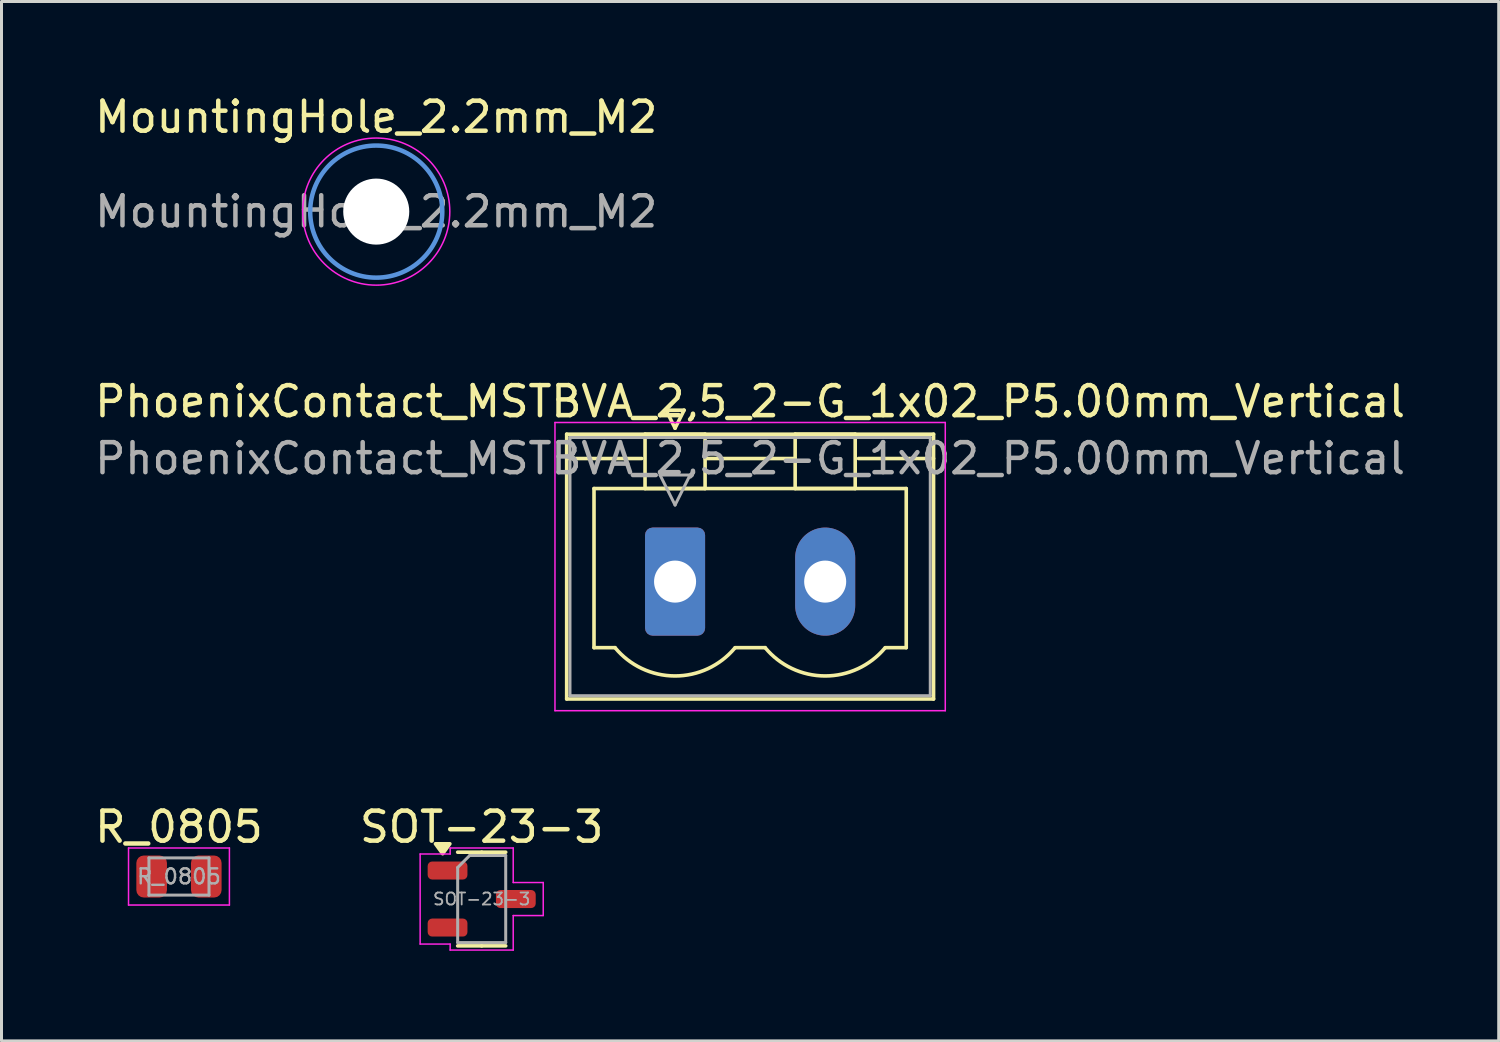
<source format=kicad_pcb>
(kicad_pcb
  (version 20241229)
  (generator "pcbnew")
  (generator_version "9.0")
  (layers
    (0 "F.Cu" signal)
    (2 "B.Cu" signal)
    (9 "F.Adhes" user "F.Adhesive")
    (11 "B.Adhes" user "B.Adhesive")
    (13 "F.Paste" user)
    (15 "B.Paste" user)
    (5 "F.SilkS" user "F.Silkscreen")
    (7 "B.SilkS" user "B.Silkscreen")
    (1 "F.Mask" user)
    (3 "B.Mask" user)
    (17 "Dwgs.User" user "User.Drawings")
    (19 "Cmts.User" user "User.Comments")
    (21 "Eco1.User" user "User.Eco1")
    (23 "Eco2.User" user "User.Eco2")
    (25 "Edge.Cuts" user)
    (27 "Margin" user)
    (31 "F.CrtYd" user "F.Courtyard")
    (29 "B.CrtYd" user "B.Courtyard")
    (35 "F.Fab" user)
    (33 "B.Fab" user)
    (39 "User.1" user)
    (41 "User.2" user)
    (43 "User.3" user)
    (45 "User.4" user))
  (footprint "SOT-23-3"
    (layer "F.Cu")
    (at 12.994 26.895)
    (property "Reference" "SOT-23-3" (at 0 -2.4 180) (layer "F.SilkS") (effects (font (size 1 1) (thickness 0.15))))
    (attr smd)
    (fp_line (start 0 -1.56) (end -0.8 -1.56) (stroke (width 0.12) (type solid)) (layer "F.SilkS"))
    (fp_line (start 0 -1.56) (end 0.8 -1.56) (stroke (width 0.12) (type solid)) (layer "F.SilkS"))
    (fp_line (start 0 1.56) (end -0.8 1.56) (stroke (width 0.12) (type solid)) (layer "F.SilkS"))
    (fp_line (start 0 1.56) (end 0.8 1.56) (stroke (width 0.12) (type solid)) (layer "F.SilkS"))
    (fp_poly (pts (xy -1.3 -1.51) (xy -1.54 -1.84) (xy -1.06 -1.84)) (stroke (width 0.12) (type solid)) (fill yes) (layer "F.SilkS"))
    (fp_line (start -2.05 -1.5) (end -1.05 -1.5) (stroke (width 0.05) (type solid)) (layer "F.CrtYd"))
    (fp_line (start -2.05 1.5) (end -2.05 -1.5) (stroke (width 0.05) (type solid)) (layer "F.CrtYd"))
    (fp_line (start -1.05 -1.7) (end 1.05 -1.7) (stroke (width 0.05) (type solid)) (layer "F.CrtYd"))
    (fp_line (start -1.05 -1.5) (end -1.05 -1.7) (stroke (width 0.05) (type solid)) (layer "F.CrtYd"))
    (fp_line (start -1.05 1.5) (end -2.05 1.5) (stroke (width 0.05) (type solid)) (layer "F.CrtYd"))
    (fp_line (start -1.05 1.7) (end -1.05 1.5) (stroke (width 0.05) (type solid)) (layer "F.CrtYd"))
    (fp_line (start 1.05 -1.7) (end 1.05 -0.55) (stroke (width 0.05) (type solid)) (layer "F.CrtYd"))
    (fp_line (start 1.05 -0.55) (end 2.05 -0.55) (stroke (width 0.05) (type solid)) (layer "F.CrtYd"))
    (fp_line (start 1.05 0.55) (end 1.05 1.7) (stroke (width 0.05) (type solid)) (layer "F.CrtYd"))
    (fp_line (start 1.05 1.7) (end -1.05 1.7) (stroke (width 0.05) (type solid)) (layer "F.CrtYd"))
    (fp_line (start 2.05 -0.55) (end 2.05 0.55) (stroke (width 0.05) (type solid)) (layer "F.CrtYd"))
    (fp_line (start 2.05 0.55) (end 1.05 0.55) (stroke (width 0.05) (type solid)) (layer "F.CrtYd"))
    (fp_line (start -0.8 -1.05) (end -0.4 -1.45) (stroke (width 0.1) (type solid)) (layer "F.Fab"))
    (fp_line (start -0.8 1.45) (end -0.8 -1.05) (stroke (width 0.1) (type solid)) (layer "F.Fab"))
    (fp_line (start -0.4 -1.45) (end 0.8 -1.45) (stroke (width 0.1) (type solid)) (layer "F.Fab"))
    (fp_line (start 0.8 -1.45) (end 0.8 1.45) (stroke (width 0.1) (type solid)) (layer "F.Fab"))
    (fp_line (start 0.8 1.45) (end -0.8 1.45) (stroke (width 0.1) (type solid)) (layer "F.Fab"))
    (fp_text user "${REFERENCE}" (at 0 0 180) (layer "F.Fab") (effects (font (size 0.4 0.4) (thickness 0.06))))
    (pad "1" smd roundrect (at -1.137 -0.95) (size 1.325 0.6) (layers "F.Cu" "F.Mask" "F.Paste") (roundrect_rratio 0.25))
    (pad "2" smd roundrect (at -1.137 0.95) (size 1.325 0.6) (layers "F.Cu" "F.Mask" "F.Paste") (roundrect_rratio 0.25))
    (pad "3" smd roundrect (at 1.137 0) (size 1.325 0.6) (layers "F.Cu" "F.Mask" "F.Paste") (roundrect_rratio 0.25)))
  (footprint "PhoenixContact_MSTBVA_2,5_2-G_1x02_P5.00mm_Vertical"
    (layer "F.Cu")
    (at 19.435 16.322)
    (property "Reference" "PhoenixContact_MSTBVA_2,5_2-G_1x02_P5.00mm_Vertical" (at 2.5 -6 0) (layer "F.SilkS") (effects (font (size 1 1) (thickness 0.15))))
    (attr through_hole)
    (fp_line (start -3.61 -4.91) (end -3.61 3.91) (stroke (width 0.12) (type solid)) (layer "F.SilkS"))
    (fp_line (start -3.61 -4.1) (end -1.11 -4.1) (stroke (width 0.12) (type solid)) (layer "F.SilkS"))
    (fp_line (start -3.61 3.91) (end 8.61 3.91) (stroke (width 0.12) (type solid)) (layer "F.SilkS"))
    (fp_line (start -2.7 -3.1) (end 7.7 -3.1) (stroke (width 0.12) (type solid)) (layer "F.SilkS"))
    (fp_line (start -2.7 2.2) (end -2.7 -3.1) (stroke (width 0.12) (type solid)) (layer "F.SilkS"))
    (fp_line (start -2 2.2) (end -2.7 2.2) (stroke (width 0.12) (type solid)) (layer "F.SilkS"))
    (fp_line (start -1 -4.91) (end 1 -4.91) (stroke (width 0.12) (type solid)) (layer "F.SilkS"))
    (fp_line (start -1 -3.1) (end -1 -4.91) (stroke (width 0.12) (type solid)) (layer "F.SilkS"))
    (fp_line (start -0.3 -5.71) (end 0.3 -5.71) (stroke (width 0.12) (type solid)) (layer "F.SilkS"))
    (fp_line (start 0 -5.11) (end -0.3 -5.71) (stroke (width 0.12) (type solid)) (layer "F.SilkS"))
    (fp_line (start 0.3 -5.71) (end 0 -5.11) (stroke (width 0.12) (type solid)) (layer "F.SilkS"))
    (fp_line (start 1 -4.91) (end 1 -3.1) (stroke (width 0.12) (type solid)) (layer "F.SilkS"))
    (fp_line (start 1 -4.1) (end 4 -4.1) (stroke (width 0.12) (type solid)) (layer "F.SilkS"))
    (fp_line (start 1 -3.1) (end -1 -3.1) (stroke (width 0.12) (type solid)) (layer "F.SilkS"))
    (fp_line (start 2 2.2) (end 3 2.2) (stroke (width 0.12) (type solid)) (layer "F.SilkS"))
    (fp_line (start 4 -4.91) (end 6 -4.91) (stroke (width 0.12) (type solid)) (layer "F.SilkS"))
    (fp_line (start 4 -3.1) (end 4 -4.91) (stroke (width 0.12) (type solid)) (layer "F.SilkS"))
    (fp_line (start 6 -4.91) (end 6 -3.1) (stroke (width 0.12) (type solid)) (layer "F.SilkS"))
    (fp_line (start 6 -3.1) (end 4 -3.1) (stroke (width 0.12) (type solid)) (layer "F.SilkS"))
    (fp_line (start 7.7 -3.1) (end 7.7 2.2) (stroke (width 0.12) (type solid)) (layer "F.SilkS"))
    (fp_line (start 7.7 2.2) (end 7 2.2) (stroke (width 0.12) (type solid)) (layer "F.SilkS"))
    (fp_line (start 8.61 -4.91) (end -3.61 -4.91) (stroke (width 0.12) (type solid)) (layer "F.SilkS"))
    (fp_line (start 8.61 -4.1) (end 6.11 -4.1) (stroke (width 0.12) (type solid)) (layer "F.SilkS"))
    (fp_line (start 8.61 3.91) (end 8.61 -4.91) (stroke (width 0.12) (type solid)) (layer "F.SilkS"))
    (fp_arc (start 1.986842 2.215821) (mid -0.010289 3.142758) (end -2 2.2) (stroke (width 0.12) (type solid)) (layer "F.SilkS"))
    (fp_arc (start 6.986842 2.215821) (mid 4.989711 3.142758) (end 3 2.2) (stroke (width 0.12) (type solid)) (layer "F.SilkS"))
    (fp_line (start -4 -5.3) (end -4 4.3) (stroke (width 0.05) (type solid)) (layer "F.CrtYd"))
    (fp_line (start -4 4.3) (end 9 4.3) (stroke (width 0.05) (type solid)) (layer "F.CrtYd"))
    (fp_line (start 9 -5.3) (end -4 -5.3) (stroke (width 0.05) (type solid)) (layer "F.CrtYd"))
    (fp_line (start 9 4.3) (end 9 -5.3) (stroke (width 0.05) (type solid)) (layer "F.CrtYd"))
    (fp_line (start -3.5 -4.8) (end -3.5 3.8) (stroke (width 0.1) (type solid)) (layer "F.Fab"))
    (fp_line (start -3.5 3.8) (end 8.5 3.8) (stroke (width 0.1) (type solid)) (layer "F.Fab"))
    (fp_line (start -0.5 -3.55) (end 0.5 -3.55) (stroke (width 0.1) (type solid)) (layer "F.Fab"))
    (fp_line (start 0 -2.55) (end -0.5 -3.55) (stroke (width 0.1) (type solid)) (layer "F.Fab"))
    (fp_line (start 0.5 -3.55) (end 0 -2.55) (stroke (width 0.1) (type solid)) (layer "F.Fab"))
    (fp_line (start 8.5 -4.8) (end -3.5 -4.8) (stroke (width 0.1) (type solid)) (layer "F.Fab"))
    (fp_line (start 8.5 3.8) (end 8.5 -4.8) (stroke (width 0.1) (type solid)) (layer "F.Fab"))
    (fp_text user "${REFERENCE}" (at 2.5 -4.1 0) (layer "F.Fab") (effects (font (size 1 1) (thickness 0.15))))
    (pad "1" thru_hole roundrect (at 0 0) (size 2 3.6) (drill 1.4) (layers "*.Cu" "*.Mask") (roundrect_rratio 0.125))
    (pad "2" thru_hole oval (at 5 0) (size 2 3.6) (drill 1.4) (layers "*.Cu" "*.Mask")))
  (footprint "R_0805"
    (layer "F.Cu")
    (at 2.911 26.145)
    (property "Reference" "R_0805" (at 0 -1.65 180) (layer "F.SilkS") (effects (font (size 1 1) (thickness 0.15))))
    (attr smd)
    (fp_line (start -1.68 -0.95) (end 1.68 -0.95) (stroke (width 0.05) (type solid)) (layer "F.CrtYd"))
    (fp_line (start -1.68 0.95) (end -1.68 -0.95) (stroke (width 0.05) (type solid)) (layer "F.CrtYd"))
    (fp_line (start 1.68 -0.95) (end 1.68 0.95) (stroke (width 0.05) (type solid)) (layer "F.CrtYd"))
    (fp_line (start 1.68 0.95) (end -1.68 0.95) (stroke (width 0.05) (type solid)) (layer "F.CrtYd"))
    (fp_line (start -1 -0.62) (end 1 -0.62) (stroke (width 0.1) (type solid)) (layer "F.Fab"))
    (fp_line (start -1 0.62) (end -1 -0.62) (stroke (width 0.1) (type solid)) (layer "F.Fab"))
    (fp_line (start 1 -0.62) (end 1 0.62) (stroke (width 0.1) (type solid)) (layer "F.Fab"))
    (fp_line (start 1 0.62) (end -1 0.62) (stroke (width 0.1) (type solid)) (layer "F.Fab"))
    (fp_text user "${REFERENCE}" (at 0 0 180) (layer "F.Fab") (effects (font (size 0.5 0.5) (thickness 0.08))))
    (pad "1" smd roundrect (at -0.91 0) (size 1.02 1.4) (layers "F.Cu" "F.Mask" "F.Paste") (roundrect_rratio 0.244))
    (pad "2" smd roundrect (at 0.91 0) (size 1.02 1.4) (layers "F.Cu" "F.Mask" "F.Paste") (roundrect_rratio 0.244)))
  (footprint "MountingHole_2.2mm_M2"
    (layer "F.Cu")
    (at 9.482 3.998)
    (property "Reference" "MountingHole_2.2mm_M2" (at 0 -3.15 0) (layer "F.SilkS") (effects (font (size 1 1) (thickness 0.15))))
    (attr exclude_from_pos_files exclude_from_bom)
    (fp_circle (center 0 0) (end 2.2 0) (stroke (width 0.15) (type solid)) (fill no) (layer "Cmts.User"))
    (fp_circle (center 0 0) (end 2.45 0) (stroke (width 0.05) (type solid)) (fill no) (layer "F.CrtYd"))
    (fp_text user "${REFERENCE}" (at 0 0 0) (layer "F.Fab") (effects (font (size 1 1) (thickness 0.15))))
    (pad "" np_thru_hole circle (at 0 0) (size 2.2 2.2) (drill 2.2) (layers "*.Cu" "*.Mask")))
  (gr_rect
    (start -3 -3)
    (end 46.869 31.62)
    (stroke (width 0.1) (type default))
    (fill no)
    (layer "Edge.Cuts")))
</source>
